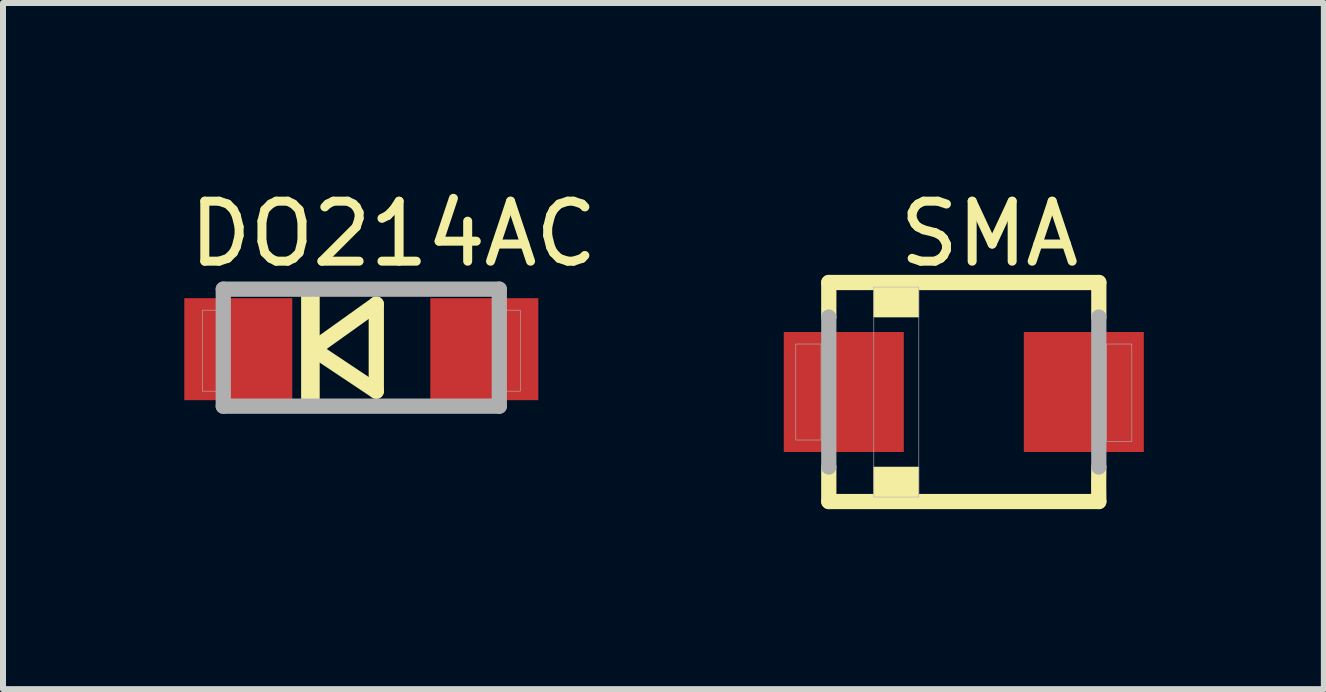
<source format=kicad_pcb>
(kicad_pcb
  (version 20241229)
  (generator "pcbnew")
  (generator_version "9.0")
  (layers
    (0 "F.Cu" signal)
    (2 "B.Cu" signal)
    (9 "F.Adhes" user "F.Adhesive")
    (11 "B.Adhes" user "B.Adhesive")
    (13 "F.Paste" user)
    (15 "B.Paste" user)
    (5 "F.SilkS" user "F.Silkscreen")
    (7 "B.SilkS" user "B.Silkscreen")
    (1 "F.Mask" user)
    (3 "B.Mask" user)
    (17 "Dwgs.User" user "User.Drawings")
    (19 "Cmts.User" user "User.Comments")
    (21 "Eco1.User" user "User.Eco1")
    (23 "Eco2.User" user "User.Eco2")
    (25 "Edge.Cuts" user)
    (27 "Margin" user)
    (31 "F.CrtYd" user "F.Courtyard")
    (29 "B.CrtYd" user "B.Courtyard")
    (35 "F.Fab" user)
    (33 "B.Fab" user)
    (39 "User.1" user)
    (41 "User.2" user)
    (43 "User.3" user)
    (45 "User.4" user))
  (footprint "DO214AC"
    (layer "F.Cu")
    (at 2.971 2.769)
    (property "Reference" "DO214AC" (at 0.535 -1.921 0) (layer "F.SilkS") (effects (font (size 1 1) (thickness 0.15))))
    (attr smd)
    (fp_line (start -0.8 0) (end 0.25 -0.75) (stroke (width 0.254) (type solid)) (layer "F.SilkS"))
    (fp_line (start 0.25 -0.75) (end 0.25 0.7) (stroke (width 0.254) (type solid)) (layer "F.SilkS"))
    (fp_line (start 0.25 0.7) (end -0.8 0) (stroke (width 0.254) (type solid)) (layer "F.SilkS"))
    (fp_poly (pts (xy -1 -1.05) (xy -0.7 -1.05) (xy -0.7 1.05) (xy -1 1.05)) (stroke (width 0.01) (type solid)) (fill yes) (layer "F.SilkS"))
    (fp_line (start -2.3 -1) (end 2.3 -1) (stroke (width 0.254) (type solid)) (layer "F.Fab"))
    (fp_line (start -2.3 0.95) (end -2.3 -1) (stroke (width 0.254) (type solid)) (layer "F.Fab"))
    (fp_line (start 2.3 -1) (end 2.3 0.95) (stroke (width 0.254) (type solid)) (layer "F.Fab"))
    (fp_line (start 2.3 0.95) (end -2.3 0.95) (stroke (width 0.254) (type solid)) (layer "F.Fab"))
    (fp_poly (pts (xy -2.65 -0.65) (xy -2.4 -0.65) (xy -2.4 0.7) (xy -2.65 0.7)) (stroke (width 0.01) (type solid)) (fill no) (layer "F.Fab"))
    (fp_poly (pts (xy 2.4 -0.65) (xy 2.65 -0.65) (xy 2.65 0.7) (xy 2.4 0.7)) (stroke (width 0.01) (type solid)) (fill no) (layer "F.Fab"))
    (pad "A" smd rect (at 2.05 0) (size 1.8 1.7) (layers "F.Cu" "F.Mask" "F.Paste"))
    (pad "C" smd rect (at -2.05 0) (size 1.8 1.7) (layers "F.Cu" "F.Mask" "F.Paste")))
  (footprint "SMA"
    (layer "F.Cu")
    (at 13.012 3.483)
    (property "Reference" "SMA" (at 0.425 -2.635 0) (layer "F.SilkS") (effects (font (size 1 1) (thickness 0.15))))
    (attr smd)
    (fp_line (start -2.25 -1.825) (end -2.25 -1.25) (stroke (width 0.254) (type solid)) (layer "F.SilkS"))
    (fp_line (start -2.25 -1.825) (end 2.25 -1.825) (stroke (width 0.254) (type solid)) (layer "F.SilkS"))
    (fp_line (start -2.25 1.825) (end -2.25 1.25) (stroke (width 0.254) (type solid)) (layer "F.SilkS"))
    (fp_line (start 2.25 -1.825) (end 2.25 -1.25) (stroke (width 0.254) (type solid)) (layer "F.SilkS"))
    (fp_line (start 2.25 1.825) (end -2.25 1.825) (stroke (width 0.254) (type solid)) (layer "F.SilkS"))
    (fp_arc (start 2.25 1.825) (mid 2.247611 1.5375) (end 2.25 1.25) (stroke (width 0.254) (type solid)) (layer "F.SilkS"))
    (fp_poly (pts (xy -1.5 -1.75) (xy -0.75 -1.75) (xy -0.75 -1.25) (xy -1.5 -1.25)) (stroke (width 0.01) (type solid)) (fill yes) (layer "F.SilkS"))
    (fp_poly (pts (xy -1.5 1.25) (xy -0.75 1.25) (xy -0.75 1.75) (xy -1.5 1.75)) (stroke (width 0.01) (type solid)) (fill yes) (layer "F.SilkS"))
    (fp_line (start -2.25 1.25) (end -2.25 -1.25) (stroke (width 0.254) (type solid)) (layer "F.Fab"))
    (fp_line (start 2.25 -1.25) (end 2.25 1.25) (stroke (width 0.254) (type solid)) (layer "F.Fab"))
    (fp_poly (pts (xy -2.8 -0.8) (xy -2.38 -0.8) (xy -2.38 0.8) (xy -2.8 0.8)) (stroke (width 0.01) (type solid)) (fill no) (layer "F.Fab"))
    (fp_poly (pts (xy -1.5 -1.75) (xy -0.75 -1.75) (xy -0.75 1.75) (xy -1.5 1.75)) (stroke (width 0.01) (type solid)) (fill no) (layer "F.Fab"))
    (fp_poly (pts (xy 2.38 -0.8) (xy 2.8 -0.8) (xy 2.8 0.825) (xy 2.38 0.825)) (stroke (width 0.01) (type solid)) (fill no) (layer "F.Fab"))
    (pad "A" smd rect (at 2 0) (size 2 2) (layers "F.Cu" "F.Mask" "F.Paste"))
    (pad "C" smd rect (at -2 0) (size 2 2) (layers "F.Cu" "F.Mask" "F.Paste")))
  (gr_rect
    (start -3 -3)
    (end 19.012 8.435)
    (stroke (width 0.1) (type default))
    (fill no)
    (layer "Edge.Cuts")))
</source>
